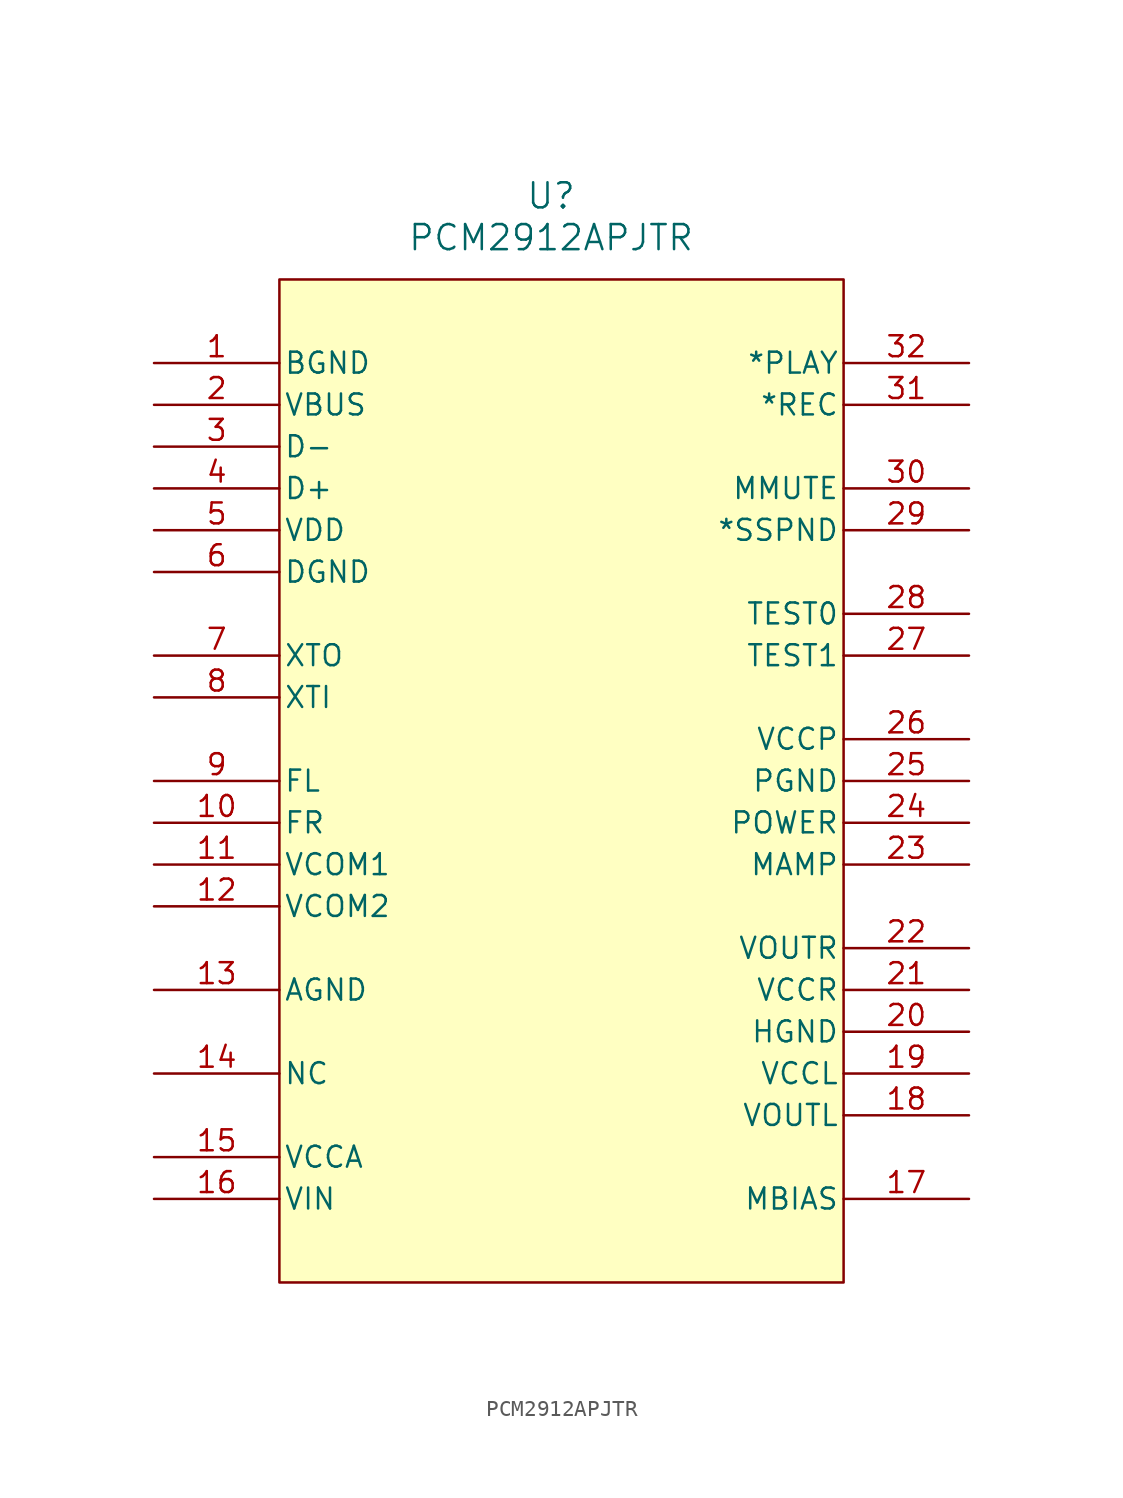
<source format=kicad_sym>
(kicad_symbol_lib
  (version 20231120)
  (generator "kicad_symbol_editor")
  (generator_version "8.0")
  (symbol "PCM2912APJTR"
    (pin_names
      (offset 0.254))
    (property "Reference" "U"
      (at 24.13 10.16 0)
      (effects (font (size 1.524 1.524))))
    (property "Value" "PCM2912APJTR"
      (at 24.13 7.62 0)
      (effects (font (size 1.524 1.524))))
    (property "ki_locked" ""
      (at 0 0 0)
      (effects (font (size 1.27 1.27))))
    (symbol "PCM2912APJTR_0_1"
      (pin power_in line (at 0 0 0) (length 7.62) (name "BGND" (effects (font (size 1.27 1.27)))) (number "1" (effects (font (size 1.27 1.27)))))
      (pin power_in line (at 0 -30.48 0) (length 7.62) (name "VCOM1" (effects (font (size 1.27 1.27)))) (number "11" (effects (font (size 1.27 1.27)))))
      (pin power_in line (at 0 -33.02 0) (length 7.62) (name "VCOM2" (effects (font (size 1.27 1.27)))) (number "12" (effects (font (size 1.27 1.27)))))
      (pin power_in line (at 0 -38.1 0) (length 7.62) (name "AGND" (effects (font (size 1.27 1.27)))) (number "13" (effects (font (size 1.27 1.27)))))
      (pin unspecified line (at 0 -43.18 0) (length 7.62) (name "NC" (effects (font (size 1.27 1.27)))) (number "14" (effects (font (size 1.27 1.27)))))
      (pin power_in line (at 0 -48.26 0) (length 7.62) (name "VCCA" (effects (font (size 1.27 1.27)))) (number "15" (effects (font (size 1.27 1.27)))))
      (pin input line (at 0 -50.8 0) (length 7.62) (name "VIN" (effects (font (size 1.27 1.27)))) (number "16" (effects (font (size 1.27 1.27)))))
      (pin output line (at 49.53 -50.8 180) (length 7.62) (name "MBIAS" (effects (font (size 1.27 1.27)))) (number "17" (effects (font (size 1.27 1.27)))))
      (pin output line (at 49.53 -45.72 180) (length 7.62) (name "VOUTL" (effects (font (size 1.27 1.27)))) (number "18" (effects (font (size 1.27 1.27)))))
      (pin power_in line (at 49.53 -43.18 180) (length 7.62) (name "VCCL" (effects (font (size 1.27 1.27)))) (number "19" (effects (font (size 1.27 1.27)))))
      (pin power_in line (at 0 -2.54 0) (length 7.62) (name "VBUS" (effects (font (size 1.27 1.27)))) (number "2" (effects (font (size 1.27 1.27)))))
      (pin power_in line (at 49.53 -40.64 180) (length 7.62) (name "HGND" (effects (font (size 1.27 1.27)))) (number "20" (effects (font (size 1.27 1.27)))))
      (pin power_in line (at 49.53 -38.1 180) (length 7.62) (name "VCCR" (effects (font (size 1.27 1.27)))) (number "21" (effects (font (size 1.27 1.27)))))
      (pin output line (at 49.53 -35.56 180) (length 7.62) (name "VOUTR" (effects (font (size 1.27 1.27)))) (number "22" (effects (font (size 1.27 1.27)))))
      (pin input line (at 49.53 -30.48 180) (length 7.62) (name "MAMP" (effects (font (size 1.27 1.27)))) (number "23" (effects (font (size 1.27 1.27)))))
      (pin power_in line (at 49.53 -25.4 180) (length 7.62) (name "PGND" (effects (font (size 1.27 1.27)))) (number "25" (effects (font (size 1.27 1.27)))))
      (pin power_in line (at 49.53 -22.86 180) (length 7.62) (name "VCCP" (effects (font (size 1.27 1.27)))) (number "26" (effects (font (size 1.27 1.27)))))
      (pin input line (at 49.53 -17.78 180) (length 7.62) (name "TEST1" (effects (font (size 1.27 1.27)))) (number "27" (effects (font (size 1.27 1.27)))))
      (pin input line (at 49.53 -15.24 180) (length 7.62) (name "TEST0" (effects (font (size 1.27 1.27)))) (number "28" (effects (font (size 1.27 1.27)))))
      (pin output line (at 49.53 -10.16 180) (length 7.62) (name "*SSPND" (effects (font (size 1.27 1.27)))) (number "29" (effects (font (size 1.27 1.27)))))
      (pin bidirectional line (at 0 -5.08 0) (length 7.62) (name "D-" (effects (font (size 1.27 1.27)))) (number "3" (effects (font (size 1.27 1.27)))))
      (pin input line (at 49.53 -7.62 180) (length 7.62) (name "MMUTE" (effects (font (size 1.27 1.27)))) (number "30" (effects (font (size 1.27 1.27)))))
      (pin output line (at 49.53 -2.54 180) (length 7.62) (name "*REC" (effects (font (size 1.27 1.27)))) (number "31" (effects (font (size 1.27 1.27)))))
      (pin output line (at 49.53 0 180) (length 7.62) (name "*PLAY" (effects (font (size 1.27 1.27)))) (number "32" (effects (font (size 1.27 1.27)))))
      (pin bidirectional line (at 0 -7.62 0) (length 7.62) (name "D+" (effects (font (size 1.27 1.27)))) (number "4" (effects (font (size 1.27 1.27)))))
      (pin power_in line (at 0 -10.16 0) (length 7.62) (name "VDD" (effects (font (size 1.27 1.27)))) (number "5" (effects (font (size 1.27 1.27)))))
      (pin power_in line (at 0 -12.7 0) (length 7.62) (name "DGND" (effects (font (size 1.27 1.27)))) (number "6" (effects (font (size 1.27 1.27)))))
      (pin output line (at 0 -17.78 0) (length 7.62) (name "XTO" (effects (font (size 1.27 1.27)))) (number "7" (effects (font (size 1.27 1.27)))))
      (pin input line (at 0 -20.32 0) (length 7.62) (name "XTI" (effects (font (size 1.27 1.27)))) (number "8" (effects (font (size 1.27 1.27))))))
    (symbol "PCM2912APJTR_1_1"
      (rectangle (start 7.62 5.08) (end 41.91 -55.88) (stroke (width 0) (type default)) (fill (type background)))
      (pin passive line (at 0 -27.94 0) (length 7.62) (name "FR" (effects (font (size 1.27 1.27)))) (number "10" (effects (font (size 1.27 1.27)))))
      (pin input line (at 49.53 -27.94 180) (length 7.62) (name "POWER" (effects (font (size 1.27 1.27)))) (number "24" (effects (font (size 1.27 1.27)))))
      (pin passive line (at 0 -25.4 0) (length 7.62) (name "FL" (effects (font (size 1.27 1.27)))) (number "9" (effects (font (size 1.27 1.27))))))))
</source>
